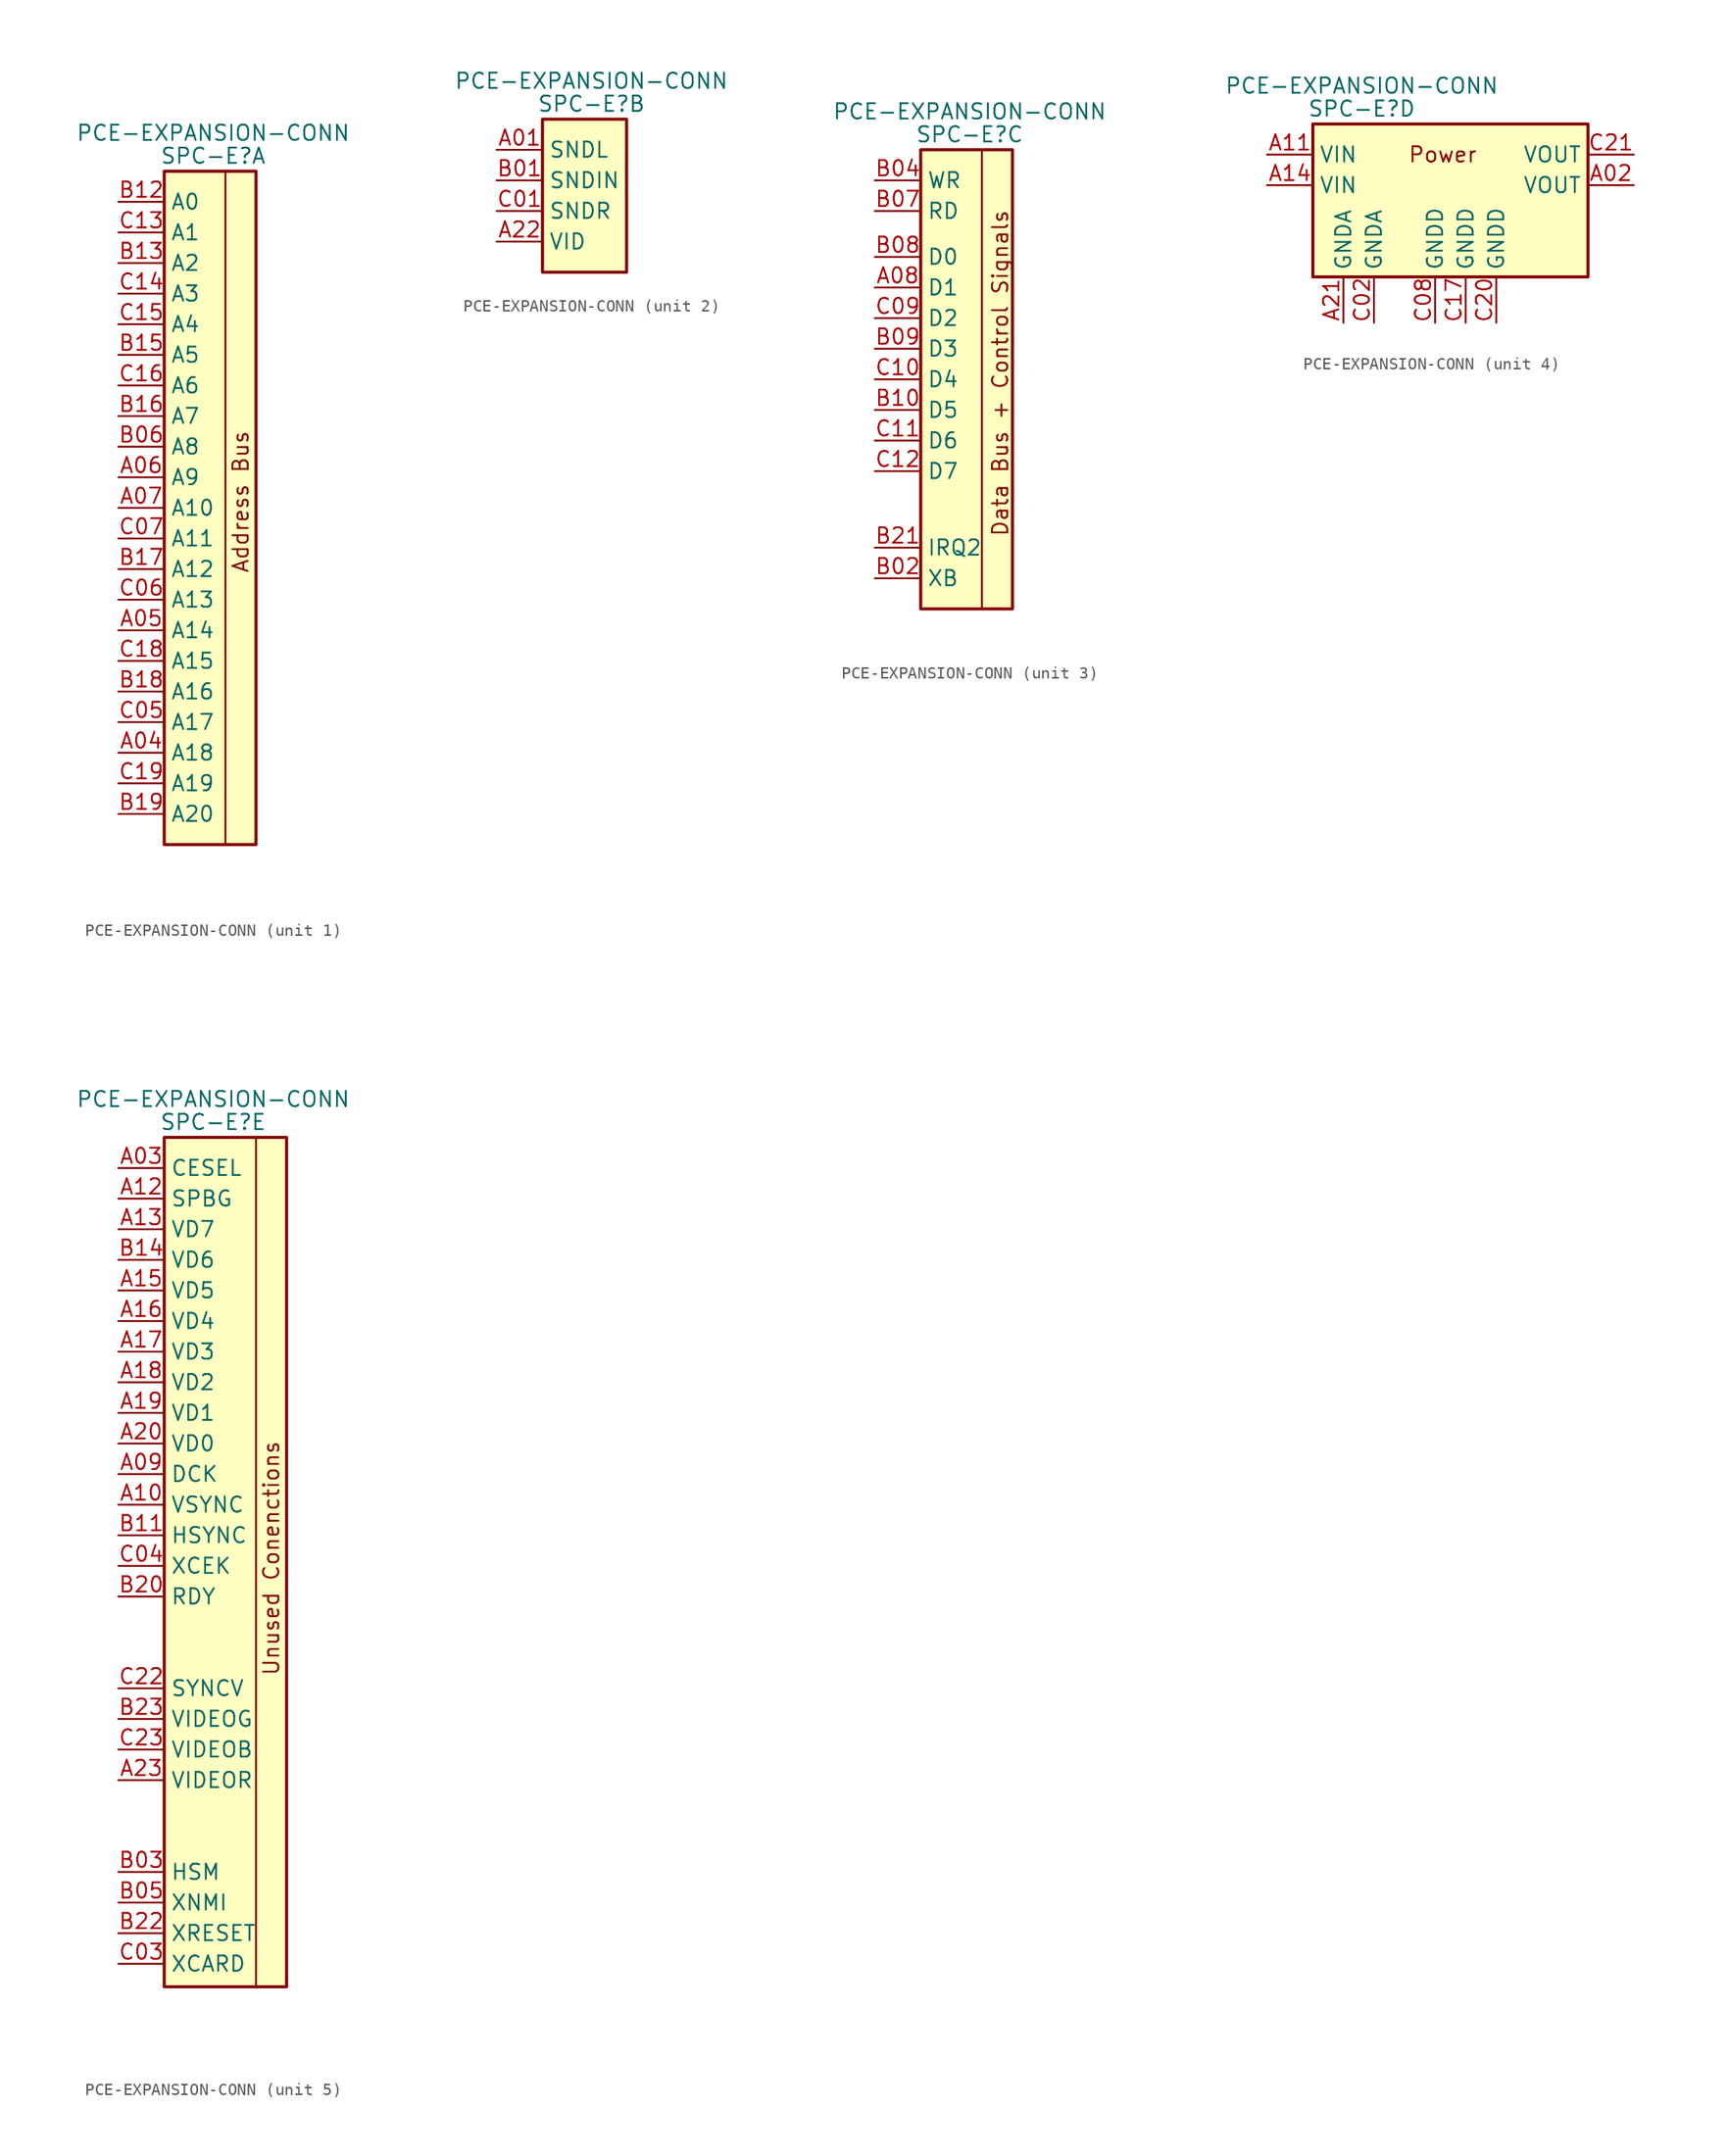
<source format=kicad_sym>
(kicad_symbol_lib
  (version 20241209)
  (generator "kicad_symbol_editor")
  (generator_version "9.0")
  (symbol "PCE-EXPANSION-CONN"
    (property "Reference" "SPC-E"
      (at 7.874 3.81 0)
      (effects (font (size 1.27 1.27))))
    (property "Value" "PCE-EXPANSION-CONN"
      (at 7.874 5.715 0)
      (effects (font (size 1.27 1.27))))
    (symbol "PCE-EXPANSION-CONN_1_0"
      (polyline (pts (xy 8.89 2.54) (xy 8.89 -53.34)) (stroke (width 0.152) (type default)) (fill (type none))))
    (symbol "PCE-EXPANSION-CONN_1_1"
      (rectangle (start 3.81 2.54) (end 11.43 -53.34) (stroke (width 0.254) (type default)) (fill (type background)))
      (text "Address Bus" (at 10.16 -24.892 900) (effects (font (size 1.27 1.27))))
      (pin passive line (at 0 0 0) (length 3.81) (name "A0" (effects (font (size 1.27 1.27)))) (number "B12" (effects (font (size 1.27 1.27)))))
      (pin passive line (at 0 -2.54 0) (length 3.81) (name "A1" (effects (font (size 1.27 1.27)))) (number "C13" (effects (font (size 1.27 1.27)))))
      (pin passive line (at 0 -5.08 0) (length 3.81) (name "A2" (effects (font (size 1.27 1.27)))) (number "B13" (effects (font (size 1.27 1.27)))))
      (pin passive line (at 0 -7.62 0) (length 3.81) (name "A3" (effects (font (size 1.27 1.27)))) (number "C14" (effects (font (size 1.27 1.27)))))
      (pin passive line (at 0 -10.16 0) (length 3.81) (name "A4" (effects (font (size 1.27 1.27)))) (number "C15" (effects (font (size 1.27 1.27)))))
      (pin passive line (at 0 -12.7 0) (length 3.81) (name "A5" (effects (font (size 1.27 1.27)))) (number "B15" (effects (font (size 1.27 1.27)))))
      (pin passive line (at 0 -15.24 0) (length 3.81) (name "A6" (effects (font (size 1.27 1.27)))) (number "C16" (effects (font (size 1.27 1.27)))))
      (pin passive line (at 0 -17.78 0) (length 3.81) (name "A7" (effects (font (size 1.27 1.27)))) (number "B16" (effects (font (size 1.27 1.27)))))
      (pin passive line (at 0 -20.32 0) (length 3.81) (name "A8" (effects (font (size 1.27 1.27)))) (number "B06" (effects (font (size 1.27 1.27)))))
      (pin passive line (at 0 -22.86 0) (length 3.81) (name "A9" (effects (font (size 1.27 1.27)))) (number "A06" (effects (font (size 1.27 1.27)))))
      (pin passive line (at 0 -25.4 0) (length 3.81) (name "A10" (effects (font (size 1.27 1.27)))) (number "A07" (effects (font (size 1.27 1.27)))))
      (pin passive line (at 0 -27.94 0) (length 3.81) (name "A11" (effects (font (size 1.27 1.27)))) (number "C07" (effects (font (size 1.27 1.27)))))
      (pin passive line (at 0 -30.48 0) (length 3.81) (name "A12" (effects (font (size 1.27 1.27)))) (number "B17" (effects (font (size 1.27 1.27)))))
      (pin passive line (at 0 -33.02 0) (length 3.81) (name "A13" (effects (font (size 1.27 1.27)))) (number "C06" (effects (font (size 1.27 1.27)))))
      (pin passive line (at 0 -35.56 0) (length 3.81) (name "A14" (effects (font (size 1.27 1.27)))) (number "A05" (effects (font (size 1.27 1.27)))))
      (pin passive line (at 0 -38.1 0) (length 3.81) (name "A15" (effects (font (size 1.27 1.27)))) (number "C18" (effects (font (size 1.27 1.27)))))
      (pin passive line (at 0 -40.64 0) (length 3.81) (name "A16" (effects (font (size 1.27 1.27)))) (number "B18" (effects (font (size 1.27 1.27)))))
      (pin passive line (at 0 -43.18 0) (length 3.81) (name "A17" (effects (font (size 1.27 1.27)))) (number "C05" (effects (font (size 1.27 1.27)))))
      (pin passive line (at 0 -45.72 0) (length 3.81) (name "A18" (effects (font (size 1.27 1.27)))) (number "A04" (effects (font (size 1.27 1.27)))))
      (pin passive line (at 0 -48.26 0) (length 3.81) (name "A19" (effects (font (size 1.27 1.27)))) (number "C19" (effects (font (size 1.27 1.27)))))
      (pin passive line (at 0 -50.8 0) (length 3.81) (name "A20" (effects (font (size 1.27 1.27)))) (number "B19" (effects (font (size 1.27 1.27))))))
    (symbol "PCE-EXPANSION-CONN_2_1"
      (rectangle (start 3.81 2.54) (end 10.795 -10.16) (stroke (width 0.254) (type default)) (fill (type background)))
      (pin passive line (at 0 0 0) (length 3.81) (name "SNDL" (effects (font (size 1.27 1.27)))) (number "A01" (effects (font (size 1.27 1.27)))))
      (pin passive line (at 0 -2.54 0) (length 3.81) (name "SNDIN" (effects (font (size 1.27 1.27)))) (number "B01" (effects (font (size 1.27 1.27)))))
      (pin passive line (at 0 -5.08 0) (length 3.81) (name "SNDR" (effects (font (size 1.27 1.27)))) (number "C01" (effects (font (size 1.27 1.27)))))
      (pin passive line (at 0 -7.62 0) (length 3.81) (name "VID" (effects (font (size 1.27 1.27)))) (number "A22" (effects (font (size 1.27 1.27))))))
    (symbol "PCE-EXPANSION-CONN_3_0"
      (polyline (pts (xy 8.89 2.54) (xy 8.89 -35.56) (xy 8.89 -35.56)) (stroke (width 0.152) (type default)) (fill (type none)))
      (text "Data Bus + Control Signals" (at 10.414 -16.002 900) (effects (font (size 1.27 1.27)))))
    (symbol "PCE-EXPANSION-CONN_3_1"
      (rectangle (start 3.81 2.54) (end 11.43 -35.56) (stroke (width 0.254) (type default)) (fill (type background)))
      (pin passive line (at 0 0 0) (length 3.81) (name "WR" (effects (font (size 1.27 1.27)))) (number "B04" (effects (font (size 1.27 1.27)))))
      (pin passive line (at 0 -2.54 0) (length 3.81) (name "RD" (effects (font (size 1.27 1.27)))) (number "B07" (effects (font (size 1.27 1.27)))))
      (pin passive line (at 0 -6.35 0) (length 3.81) (name "D0" (effects (font (size 1.27 1.27)))) (number "B08" (effects (font (size 1.27 1.27)))))
      (pin passive line (at 0 -8.89 0) (length 3.81) (name "D1" (effects (font (size 1.27 1.27)))) (number "A08" (effects (font (size 1.27 1.27)))))
      (pin passive line (at 0 -11.43 0) (length 3.81) (name "D2" (effects (font (size 1.27 1.27)))) (number "C09" (effects (font (size 1.27 1.27)))))
      (pin passive line (at 0 -13.97 0) (length 3.81) (name "D3" (effects (font (size 1.27 1.27)))) (number "B09" (effects (font (size 1.27 1.27)))))
      (pin passive line (at 0 -16.51 0) (length 3.81) (name "D4" (effects (font (size 1.27 1.27)))) (number "C10" (effects (font (size 1.27 1.27)))))
      (pin passive line (at 0 -19.05 0) (length 3.81) (name "D5" (effects (font (size 1.27 1.27)))) (number "B10" (effects (font (size 1.27 1.27)))))
      (pin passive line (at 0 -21.59 0) (length 3.81) (name "D6" (effects (font (size 1.27 1.27)))) (number "C11" (effects (font (size 1.27 1.27)))))
      (pin passive line (at 0 -24.13 0) (length 3.81) (name "D7" (effects (font (size 1.27 1.27)))) (number "C12" (effects (font (size 1.27 1.27)))))
      (pin passive line (at 0 -30.48 0) (length 3.81) (name "IRQ2" (effects (font (size 1.27 1.27)))) (number "B21" (effects (font (size 1.27 1.27)))))
      (pin passive line (at 0 -33.02 0) (length 3.81) (name "XB" (effects (font (size 1.27 1.27)))) (number "B02" (effects (font (size 1.27 1.27))))))
    (symbol "PCE-EXPANSION-CONN_4_0"
      (text "Power" (at 14.605 0 0) (effects (font (size 1.27 1.27)))))
    (symbol "PCE-EXPANSION-CONN_4_1"
      (rectangle (start 3.81 2.54) (end 26.67 -10.16) (stroke (width 0.254) (type default)) (fill (type background)))
      (pin passive line (at 0 0 0) (length 3.81) (name "VIN" (effects (font (size 1.27 1.27)))) (number "A11" (effects (font (size 1.27 1.27)))))
      (pin passive line (at 0 -2.54 0) (length 3.81) (name "VIN" (effects (font (size 1.27 1.27)))) (number "A14" (effects (font (size 1.27 1.27)))))
      (pin passive line (at 6.35 -13.97 90) (length 3.81) (name "GNDA" (effects (font (size 1.27 1.27)))) (number "A21" (effects (font (size 1.27 1.27)))))
      (pin passive line (at 8.89 -13.97 90) (length 3.81) (name "GNDA" (effects (font (size 1.27 1.27)))) (number "C02" (effects (font (size 1.27 1.27)))))
      (pin passive line (at 13.97 -13.97 90) (length 3.81) (name "GNDD" (effects (font (size 1.27 1.27)))) (number "C08" (effects (font (size 1.27 1.27)))))
      (pin passive line (at 16.51 -13.97 90) (length 3.81) (name "GNDD" (effects (font (size 1.27 1.27)))) (number "C17" (effects (font (size 1.27 1.27)))))
      (pin passive line (at 19.05 -13.97 90) (length 3.81) (name "GNDD" (effects (font (size 1.27 1.27)))) (number "C20" (effects (font (size 1.27 1.27)))))
      (pin passive line (at 30.48 0 180) (length 3.81) (name "VOUT" (effects (font (size 1.27 1.27)))) (number "C21" (effects (font (size 1.27 1.27)))))
      (pin passive line (at 30.48 -2.54 180) (length 3.81) (name "VOUT" (effects (font (size 1.27 1.27)))) (number "A02" (effects (font (size 1.27 1.27))))))
    (symbol "PCE-EXPANSION-CONN_5_0"
      (polyline (pts (xy 11.43 2.54) (xy 11.43 -67.945)) (stroke (width 0.152) (type default)) (fill (type none))))
    (symbol "PCE-EXPANSION-CONN_5_1"
      (rectangle (start 3.81 2.54) (end 13.97 -67.945) (stroke (width 0.254) (type default)) (fill (type background)))
      (text "Unused Conenctions" (at 12.7 -32.385 900) (effects (font (size 1.27 1.27))))
      (pin passive line (at 0 0 0) (length 3.81) (name "CESEL" (effects (font (size 1.27 1.27)))) (number "A03" (effects (font (size 1.27 1.27)))))
      (pin passive line (at 0 -2.54 0) (length 3.81) (name "SPBG" (effects (font (size 1.27 1.27)))) (number "A12" (effects (font (size 1.27 1.27)))))
      (pin passive line (at 0 -5.08 0) (length 3.81) (name "VD7" (effects (font (size 1.27 1.27)))) (number "A13" (effects (font (size 1.27 1.27)))))
      (pin passive line (at 0 -7.62 0) (length 3.81) (name "VD6" (effects (font (size 1.27 1.27)))) (number "B14" (effects (font (size 1.27 1.27)))))
      (pin passive line (at 0 -10.16 0) (length 3.81) (name "VD5" (effects (font (size 1.27 1.27)))) (number "A15" (effects (font (size 1.27 1.27)))))
      (pin passive line (at 0 -12.7 0) (length 3.81) (name "VD4" (effects (font (size 1.27 1.27)))) (number "A16" (effects (font (size 1.27 1.27)))))
      (pin passive line (at 0 -15.24 0) (length 3.81) (name "VD3" (effects (font (size 1.27 1.27)))) (number "A17" (effects (font (size 1.27 1.27)))))
      (pin passive line (at 0 -17.78 0) (length 3.81) (name "VD2" (effects (font (size 1.27 1.27)))) (number "A18" (effects (font (size 1.27 1.27)))))
      (pin passive line (at 0 -20.32 0) (length 3.81) (name "VD1" (effects (font (size 1.27 1.27)))) (number "A19" (effects (font (size 1.27 1.27)))))
      (pin passive line (at 0 -22.86 0) (length 3.81) (name "VD0" (effects (font (size 1.27 1.27)))) (number "A20" (effects (font (size 1.27 1.27)))))
      (pin passive line (at 0 -25.4 0) (length 3.81) (name "DCK" (effects (font (size 1.27 1.27)))) (number "A09" (effects (font (size 1.27 1.27)))))
      (pin passive line (at 0 -27.94 0) (length 3.81) (name "VSYNC" (effects (font (size 1.27 1.27)))) (number "A10" (effects (font (size 1.27 1.27)))))
      (pin passive line (at 0 -30.48 0) (length 3.81) (name "HSYNC" (effects (font (size 1.27 1.27)))) (number "B11" (effects (font (size 1.27 1.27)))))
      (pin passive line (at 0 -33.02 0) (length 3.81) (name "XCEK" (effects (font (size 1.27 1.27)))) (number "C04" (effects (font (size 1.27 1.27)))))
      (pin passive line (at 0 -35.56 0) (length 3.81) (name "RDY" (effects (font (size 1.27 1.27)))) (number "B20" (effects (font (size 1.27 1.27)))))
      (pin passive line (at 0 -43.18 0) (length 3.81) (name "SYNCV" (effects (font (size 1.27 1.27)))) (number "C22" (effects (font (size 1.27 1.27)))))
      (pin passive line (at 0 -45.72 0) (length 3.81) (name "VIDEOG" (effects (font (size 1.27 1.27)))) (number "B23" (effects (font (size 1.27 1.27)))))
      (pin passive line (at 0 -48.26 0) (length 3.81) (name "VIDEOB" (effects (font (size 1.27 1.27)))) (number "C23" (effects (font (size 1.27 1.27)))))
      (pin passive line (at 0 -50.8 0) (length 3.81) (name "VIDEOR" (effects (font (size 1.27 1.27)))) (number "A23" (effects (font (size 1.27 1.27)))))
      (pin passive line (at 0 -58.42 0) (length 3.81) (name "HSM" (effects (font (size 1.27 1.27)))) (number "B03" (effects (font (size 1.27 1.27)))))
      (pin passive line (at 0 -60.96 0) (length 3.81) (name "XNMI" (effects (font (size 1.27 1.27)))) (number "B05" (effects (font (size 1.27 1.27)))))
      (pin passive line (at 0 -63.5 0) (length 3.81) (name "XRESET" (effects (font (size 1.27 1.27)))) (number "B22" (effects (font (size 1.27 1.27)))))
      (pin passive line (at 0 -66.04 0) (length 3.81) (name "XCARD" (effects (font (size 1.27 1.27)))) (number "C03" (effects (font (size 1.27 1.27))))))))
</source>
